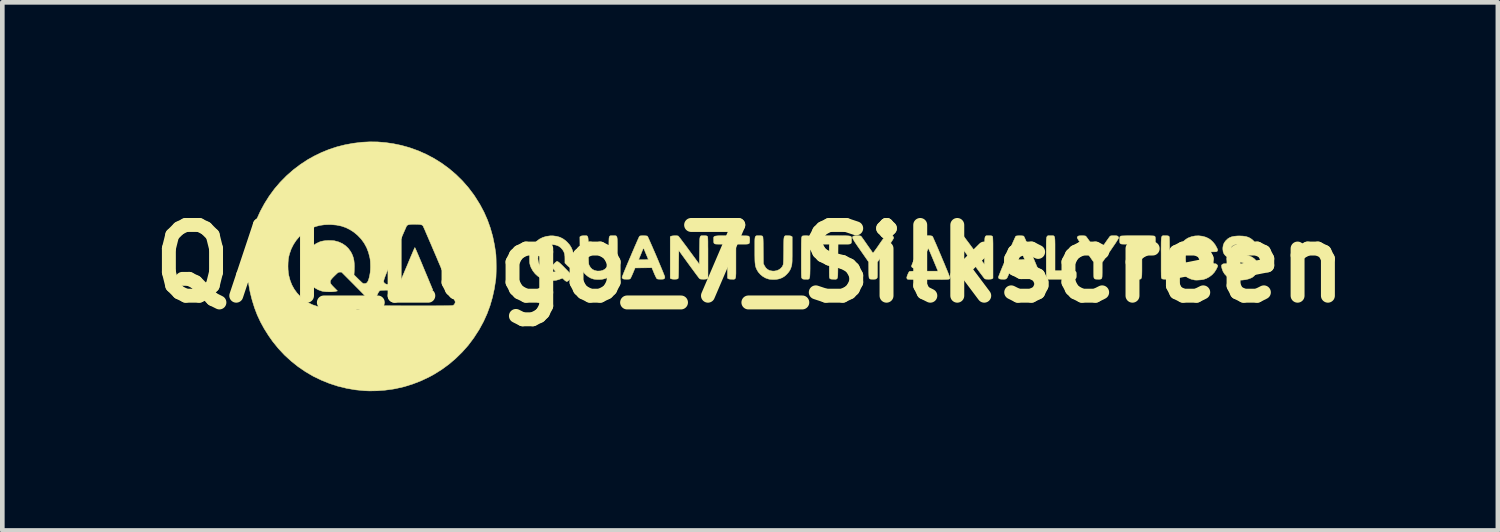
<source format=kicad_pcb>
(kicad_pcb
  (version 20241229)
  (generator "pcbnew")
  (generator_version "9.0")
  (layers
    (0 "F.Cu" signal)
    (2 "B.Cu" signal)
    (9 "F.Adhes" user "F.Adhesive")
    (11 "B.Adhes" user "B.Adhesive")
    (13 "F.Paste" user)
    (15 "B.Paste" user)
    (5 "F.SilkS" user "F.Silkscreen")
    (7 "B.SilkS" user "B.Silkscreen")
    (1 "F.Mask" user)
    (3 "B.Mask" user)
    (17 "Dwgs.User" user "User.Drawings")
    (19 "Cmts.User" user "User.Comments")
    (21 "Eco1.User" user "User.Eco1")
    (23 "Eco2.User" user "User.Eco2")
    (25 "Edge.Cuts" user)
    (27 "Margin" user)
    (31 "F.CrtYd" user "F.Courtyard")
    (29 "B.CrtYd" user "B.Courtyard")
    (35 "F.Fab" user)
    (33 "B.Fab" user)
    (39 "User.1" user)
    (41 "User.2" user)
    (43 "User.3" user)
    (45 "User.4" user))
  (footprint "QAI_Logo_7_Silkscreen"
    (layer "F.Cu")
    (at 13.106 2.63)
    (property "Reference" "QAI_Logo_7_Silkscreen" (at 0 0 0) (layer "F.SilkS") (effects (font (size 1.524 1.524) (thickness 0.3))))
    (attr through_hole)
    (fp_poly (pts (xy 8.923 -0.603) (xy 8.941 -0.602) (xy 8.947 -0.602) (xy 8.979 -0.602) (xy 9.001 -0.6) (xy 9.014 -0.596) (xy 9.023 -0.589) (xy 9.023 -0.589) (xy 9.026 -0.585) (xy 9.028 -0.579) (xy 9.03 -0.57) (xy 9.031 -0.556) (xy 9.032 -0.536) (xy 9.033 -0.51) (xy 9.034 -0.476) (xy 9.034 -0.433) (xy 9.035 -0.381) (xy 9.035 -0.317) (xy 9.035 -0.241) (xy 9.035 -0.152) (xy 9.035 -0.132) (xy 9.035 0.311) (xy 9.019 0.323) (xy 9.003 0.329) (xy 8.977 0.333) (xy 8.943 0.334) (xy 8.912 0.333) (xy 8.891 0.331) (xy 8.878 0.327) (xy 8.868 0.319) (xy 8.865 0.316) (xy 8.863 0.312) (xy 8.861 0.305) (xy 8.859 0.296) (xy 8.857 0.282) (xy 8.856 0.262) (xy 8.855 0.237) (xy 8.855 0.203) (xy 8.854 0.161) (xy 8.854 0.109) (xy 8.854 0.046) (xy 8.854 -0.03) (xy 8.854 -0.118) (xy 8.854 -0.134) (xy 8.854 -0.229) (xy 8.853 -0.309) (xy 8.854 -0.378) (xy 8.854 -0.435) (xy 8.855 -0.481) (xy 8.857 -0.519) (xy 8.859 -0.547) (xy 8.863 -0.569) (xy 8.868 -0.584) (xy 8.875 -0.594) (xy 8.884 -0.6) (xy 8.895 -0.603) (xy 8.908 -0.604) (xy 8.923 -0.603)) (stroke (width 0.01) (type solid)) (fill yes) (layer "F.SilkS"))
    (fp_poly (pts (xy -0.464 -0.602) (xy -0.396 -0.602) (xy -0.314 -0.602) (xy -0.245 -0.602) (xy -0.188 -0.602) (xy -0.142 -0.601) (xy -0.106 -0.601) (xy -0.078 -0.6) (xy -0.057 -0.598) (xy -0.043 -0.597) (xy -0.034 -0.595) (xy -0.028 -0.593) (xy -0.026 -0.591) (xy -0.015 -0.576) (xy -0.009 -0.555) (xy -0.008 -0.526) (xy -0.009 -0.493) (xy -0.01 -0.469) (xy -0.013 -0.452) (xy -0.019 -0.439) (xy -0.03 -0.43) (xy -0.047 -0.425) (xy -0.073 -0.422) (xy -0.11 -0.421) (xy -0.159 -0.421) (xy -0.172 -0.421) (xy -0.305 -0.421) (xy -0.305 -0.058) (xy -0.305 0.028) (xy -0.305 0.1) (xy -0.305 0.16) (xy -0.305 0.209) (xy -0.307 0.248) (xy -0.309 0.278) (xy -0.313 0.3) (xy -0.318 0.315) (xy -0.326 0.326) (xy -0.335 0.331) (xy -0.346 0.334) (xy -0.36 0.335) (xy -0.377 0.334) (xy -0.394 0.334) (xy -0.431 0.333) (xy -0.456 0.329) (xy -0.47 0.323) (xy -0.486 0.311) (xy -0.486 -0.421) (xy -0.624 -0.421) (xy -0.676 -0.421) (xy -0.715 -0.422) (xy -0.744 -0.424) (xy -0.763 -0.43) (xy -0.775 -0.439) (xy -0.781 -0.453) (xy -0.783 -0.473) (xy -0.784 -0.5) (xy -0.784 -0.513) (xy -0.784 -0.533) (xy -0.785 -0.549) (xy -0.784 -0.563) (xy -0.781 -0.574) (xy -0.774 -0.583) (xy -0.763 -0.59) (xy -0.747 -0.595) (xy -0.723 -0.598) (xy -0.692 -0.601) (xy -0.651 -0.602) (xy -0.6 -0.602) (xy -0.538 -0.603) (xy -0.464 -0.602)) (stroke (width 0.01) (type solid)) (fill yes) (layer "F.SilkS"))
    (fp_poly (pts (xy 1.227 -0.602) (xy 1.25 -0.6) (xy 1.265 -0.598) (xy 1.267 -0.597) (xy 1.272 -0.593) (xy 1.276 -0.588) (xy 1.28 -0.58) (xy 1.283 -0.569) (xy 1.286 -0.553) (xy 1.287 -0.532) (xy 1.289 -0.503) (xy 1.29 -0.467) (xy 1.291 -0.422) (xy 1.291 -0.366) (xy 1.292 -0.3) (xy 1.292 -0.221) (xy 1.292 -0.132) (xy 1.292 -0.038) (xy 1.292 0.042) (xy 1.292 0.111) (xy 1.291 0.167) (xy 1.29 0.214) (xy 1.288 0.25) (xy 1.286 0.279) (xy 1.281 0.301) (xy 1.276 0.316) (xy 1.269 0.326) (xy 1.259 0.332) (xy 1.248 0.334) (xy 1.235 0.335) (xy 1.219 0.334) (xy 1.2 0.334) (xy 1.197 0.334) (xy 1.166 0.334) (xy 1.146 0.332) (xy 1.134 0.329) (xy 1.125 0.323) (xy 1.118 0.315) (xy 1.115 0.31) (xy 1.112 0.305) (xy 1.11 0.299) (xy 1.108 0.289) (xy 1.107 0.275) (xy 1.106 0.256) (xy 1.105 0.23) (xy 1.104 0.197) (xy 1.104 0.155) (xy 1.103 0.103) (xy 1.103 0.041) (xy 1.103 -0.034) (xy 1.103 -0.122) (xy 1.103 -0.132) (xy 1.103 -0.224) (xy 1.103 -0.303) (xy 1.104 -0.369) (xy 1.104 -0.424) (xy 1.105 -0.469) (xy 1.106 -0.505) (xy 1.107 -0.533) (xy 1.109 -0.554) (xy 1.112 -0.569) (xy 1.115 -0.58) (xy 1.119 -0.588) (xy 1.123 -0.593) (xy 1.128 -0.597) (xy 1.138 -0.599) (xy 1.159 -0.601) (xy 1.187 -0.602) (xy 1.197 -0.602) (xy 1.227 -0.602)) (stroke (width 0.01) (type solid)) (fill yes) (layer "F.SilkS"))
    (fp_poly (pts (xy 2.013 -0.602) (xy 2.061 -0.602) (xy 2.1 -0.6) (xy 2.13 -0.598) (xy 2.151 -0.594) (xy 2.167 -0.588) (xy 2.177 -0.581) (xy 2.182 -0.572) (xy 2.185 -0.56) (xy 2.185 -0.546) (xy 2.185 -0.529) (xy 2.184 -0.513) (xy 2.184 -0.483) (xy 2.183 -0.46) (xy 2.178 -0.444) (xy 2.168 -0.433) (xy 2.152 -0.426) (xy 2.127 -0.422) (xy 2.091 -0.421) (xy 2.044 -0.421) (xy 2.028 -0.421) (xy 1.895 -0.421) (xy 1.892 -0.059) (xy 1.892 0.027) (xy 1.892 0.099) (xy 1.891 0.159) (xy 1.89 0.208) (xy 1.889 0.247) (xy 1.886 0.277) (xy 1.882 0.3) (xy 1.877 0.315) (xy 1.869 0.326) (xy 1.86 0.331) (xy 1.848 0.334) (xy 1.834 0.335) (xy 1.817 0.334) (xy 1.799 0.334) (xy 1.766 0.333) (xy 1.745 0.331) (xy 1.731 0.328) (xy 1.722 0.321) (xy 1.72 0.319) (xy 1.717 0.316) (xy 1.714 0.311) (xy 1.712 0.304) (xy 1.71 0.293) (xy 1.708 0.278) (xy 1.707 0.257) (xy 1.707 0.228) (xy 1.706 0.191) (xy 1.706 0.144) (xy 1.706 0.087) (xy 1.705 0.017) (xy 1.705 -0.058) (xy 1.705 -0.421) (xy 1.438 -0.421) (xy 1.423 -0.44) (xy 1.414 -0.454) (xy 1.41 -0.472) (xy 1.408 -0.498) (xy 1.408 -0.512) (xy 1.409 -0.542) (xy 1.412 -0.563) (xy 1.419 -0.578) (xy 1.423 -0.583) (xy 1.438 -0.602) (xy 1.797 -0.602) (xy 1.882 -0.602) (xy 1.954 -0.603) (xy 2.013 -0.602)) (stroke (width 0.01) (type solid)) (fill yes) (layer "F.SilkS"))
    (fp_poly (pts (xy 6.452 -0.603) (xy 6.47 -0.602) (xy 6.474 -0.602) (xy 6.494 -0.603) (xy 6.512 -0.603) (xy 6.526 -0.603) (xy 6.538 -0.6) (xy 6.547 -0.594) (xy 6.554 -0.583) (xy 6.56 -0.567) (xy 6.563 -0.544) (xy 6.566 -0.513) (xy 6.567 -0.473) (xy 6.568 -0.423) (xy 6.568 -0.362) (xy 6.568 -0.289) (xy 6.568 -0.21) (xy 6.568 0.152) (xy 6.78 0.152) (xy 6.846 0.152) (xy 6.899 0.152) (xy 6.941 0.153) (xy 6.972 0.156) (xy 6.994 0.16) (xy 7.009 0.166) (xy 7.019 0.175) (xy 7.023 0.188) (xy 7.025 0.204) (xy 7.025 0.225) (xy 7.025 0.243) (xy 7.025 0.275) (xy 7.023 0.296) (xy 7.02 0.309) (xy 7.015 0.318) (xy 7.009 0.323) (xy 7.003 0.325) (xy 6.994 0.328) (xy 6.981 0.33) (xy 6.961 0.331) (xy 6.934 0.332) (xy 6.899 0.333) (xy 6.853 0.333) (xy 6.797 0.334) (xy 6.727 0.334) (xy 6.701 0.334) (xy 6.409 0.334) (xy 6.394 0.315) (xy 6.391 0.31) (xy 6.388 0.305) (xy 6.386 0.299) (xy 6.384 0.289) (xy 6.383 0.275) (xy 6.382 0.256) (xy 6.381 0.23) (xy 6.38 0.197) (xy 6.38 0.155) (xy 6.379 0.104) (xy 6.379 0.041) (xy 6.379 -0.033) (xy 6.379 -0.121) (xy 6.379 -0.134) (xy 6.379 -0.229) (xy 6.379 -0.309) (xy 6.379 -0.378) (xy 6.379 -0.434) (xy 6.38 -0.481) (xy 6.382 -0.518) (xy 6.385 -0.547) (xy 6.389 -0.569) (xy 6.395 -0.584) (xy 6.402 -0.594) (xy 6.411 -0.6) (xy 6.422 -0.603) (xy 6.436 -0.603) (xy 6.452 -0.603)) (stroke (width 0.01) (type solid)) (fill yes) (layer "F.SilkS"))
    (fp_poly (pts (xy 8.431 -0.602) (xy 8.499 -0.602) (xy 8.555 -0.602) (xy 8.6 -0.602) (xy 8.636 -0.601) (xy 8.663 -0.6) (xy 8.683 -0.599) (xy 8.697 -0.597) (xy 8.707 -0.596) (xy 8.713 -0.593) (xy 8.717 -0.59) (xy 8.718 -0.589) (xy 8.725 -0.579) (xy 8.728 -0.562) (xy 8.73 -0.536) (xy 8.73 -0.51) (xy 8.73 -0.481) (xy 8.729 -0.459) (xy 8.724 -0.443) (xy 8.715 -0.432) (xy 8.699 -0.426) (xy 8.674 -0.422) (xy 8.639 -0.421) (xy 8.593 -0.421) (xy 8.572 -0.421) (xy 8.44 -0.421) (xy 8.44 -0.063) (xy 8.44 0.023) (xy 8.44 0.096) (xy 8.44 0.157) (xy 8.439 0.206) (xy 8.438 0.245) (xy 8.435 0.276) (xy 8.431 0.298) (xy 8.425 0.314) (xy 8.418 0.325) (xy 8.408 0.331) (xy 8.396 0.334) (xy 8.381 0.334) (xy 8.363 0.334) (xy 8.346 0.334) (xy 8.315 0.334) (xy 8.295 0.332) (xy 8.282 0.329) (xy 8.273 0.323) (xy 8.266 0.315) (xy 8.263 0.31) (xy 8.26 0.305) (xy 8.258 0.297) (xy 8.256 0.286) (xy 8.254 0.271) (xy 8.253 0.25) (xy 8.253 0.222) (xy 8.252 0.185) (xy 8.252 0.139) (xy 8.251 0.082) (xy 8.251 0.013) (xy 8.251 -0.063) (xy 8.251 -0.421) (xy 8.118 -0.421) (xy 8.067 -0.421) (xy 8.028 -0.422) (xy 8 -0.424) (xy 7.981 -0.43) (xy 7.97 -0.439) (xy 7.964 -0.454) (xy 7.961 -0.474) (xy 7.961 -0.501) (xy 7.961 -0.514) (xy 7.961 -0.545) (xy 7.963 -0.566) (xy 7.966 -0.579) (xy 7.972 -0.587) (xy 7.977 -0.591) (xy 7.982 -0.594) (xy 7.991 -0.596) (xy 8.003 -0.598) (xy 8.021 -0.599) (xy 8.046 -0.6) (xy 8.079 -0.601) (xy 8.12 -0.602) (xy 8.172 -0.602) (xy 8.236 -0.602) (xy 8.313 -0.602) (xy 8.35 -0.602) (xy 8.431 -0.602)) (stroke (width 0.01) (type solid)) (fill yes) (layer "F.SilkS"))
    (fp_poly (pts (xy -1.006 -0.602) (xy -0.994 -0.602) (xy -0.962 -0.602) (xy -0.941 -0.6) (xy -0.928 -0.596) (xy -0.919 -0.589) (xy -0.917 -0.585) (xy -0.915 -0.579) (xy -0.913 -0.57) (xy -0.911 -0.556) (xy -0.91 -0.536) (xy -0.909 -0.51) (xy -0.908 -0.476) (xy -0.908 -0.433) (xy -0.908 -0.381) (xy -0.907 -0.317) (xy -0.907 -0.241) (xy -0.907 -0.152) (xy -0.907 -0.132) (xy -0.907 0.311) (xy -0.923 0.323) (xy -0.937 0.329) (xy -0.96 0.332) (xy -0.993 0.334) (xy -1.006 0.334) (xy -1.039 0.333) (xy -1.061 0.332) (xy -1.075 0.328) (xy -1.086 0.322) (xy -1.091 0.318) (xy -1.099 0.309) (xy -1.114 0.289) (xy -1.136 0.26) (xy -1.164 0.223) (xy -1.196 0.179) (xy -1.233 0.129) (xy -1.273 0.075) (xy -1.315 0.017) (xy -1.322 0.008) (xy -1.535 -0.286) (xy -1.539 0.014) (xy -1.539 0.087) (xy -1.54 0.148) (xy -1.541 0.197) (xy -1.542 0.236) (xy -1.543 0.265) (xy -1.545 0.286) (xy -1.546 0.302) (xy -1.548 0.312) (xy -1.551 0.318) (xy -1.554 0.322) (xy -1.556 0.324) (xy -1.573 0.33) (xy -1.599 0.333) (xy -1.63 0.334) (xy -1.661 0.333) (xy -1.687 0.329) (xy -1.704 0.323) (xy -1.72 0.311) (xy -1.72 -0.58) (xy -1.704 -0.591) (xy -1.689 -0.596) (xy -1.664 -0.6) (xy -1.633 -0.602) (xy -1.601 -0.603) (xy -1.573 -0.601) (xy -1.552 -0.598) (xy -1.547 -0.596) (xy -1.541 -0.589) (xy -1.526 -0.571) (xy -1.505 -0.544) (xy -1.478 -0.509) (xy -1.446 -0.466) (xy -1.409 -0.417) (xy -1.369 -0.364) (xy -1.327 -0.306) (xy -1.314 -0.288) (xy -1.092 0.013) (xy -1.089 -0.284) (xy -1.088 -0.361) (xy -1.087 -0.424) (xy -1.086 -0.475) (xy -1.085 -0.516) (xy -1.082 -0.547) (xy -1.078 -0.569) (xy -1.073 -0.585) (xy -1.065 -0.595) (xy -1.055 -0.6) (xy -1.042 -0.603) (xy -1.026 -0.603) (xy -1.006 -0.602)) (stroke (width 0.01) (type solid)) (fill yes) (layer "F.SilkS"))
    (fp_poly (pts (xy 5.134 -0.602) (xy 5.146 -0.602) (xy 5.178 -0.602) (xy 5.199 -0.6) (xy 5.212 -0.596) (xy 5.22 -0.589) (xy 5.223 -0.585) (xy 5.225 -0.579) (xy 5.227 -0.57) (xy 5.228 -0.556) (xy 5.229 -0.536) (xy 5.23 -0.51) (xy 5.231 -0.476) (xy 5.232 -0.433) (xy 5.232 -0.381) (xy 5.232 -0.317) (xy 5.232 -0.241) (xy 5.232 -0.152) (xy 5.232 -0.132) (xy 5.232 0.311) (xy 5.216 0.323) (xy 5.202 0.329) (xy 5.18 0.332) (xy 5.146 0.334) (xy 5.133 0.334) (xy 5.101 0.333) (xy 5.079 0.332) (xy 5.065 0.328) (xy 5.054 0.322) (xy 5.049 0.318) (xy 5.041 0.309) (xy 5.026 0.289) (xy 5.004 0.26) (xy 4.976 0.223) (xy 4.943 0.179) (xy 4.906 0.129) (xy 4.867 0.075) (xy 4.824 0.017) (xy 4.818 0.008) (xy 4.605 -0.286) (xy 4.601 0.014) (xy 4.6 0.088) (xy 4.599 0.148) (xy 4.598 0.197) (xy 4.597 0.236) (xy 4.596 0.265) (xy 4.595 0.286) (xy 4.593 0.302) (xy 4.591 0.312) (xy 4.589 0.318) (xy 4.585 0.322) (xy 4.583 0.324) (xy 4.567 0.33) (xy 4.541 0.333) (xy 4.51 0.334) (xy 4.479 0.333) (xy 4.453 0.329) (xy 4.436 0.323) (xy 4.42 0.311) (xy 4.42 -0.58) (xy 4.436 -0.591) (xy 4.45 -0.597) (xy 4.472 -0.601) (xy 4.505 -0.602) (xy 4.52 -0.602) (xy 4.552 -0.602) (xy 4.574 -0.6) (xy 4.588 -0.597) (xy 4.597 -0.591) (xy 4.603 -0.586) (xy 4.611 -0.577) (xy 4.626 -0.558) (xy 4.647 -0.529) (xy 4.675 -0.492) (xy 4.708 -0.448) (xy 4.745 -0.398) (xy 4.785 -0.344) (xy 4.827 -0.287) (xy 4.833 -0.278) (xy 5.047 0.014) (xy 5.051 -0.284) (xy 5.052 -0.36) (xy 5.052 -0.424) (xy 5.053 -0.475) (xy 5.055 -0.515) (xy 5.057 -0.546) (xy 5.061 -0.569) (xy 5.067 -0.585) (xy 5.075 -0.595) (xy 5.085 -0.6) (xy 5.098 -0.603) (xy 5.114 -0.603) (xy 5.134 -0.602)) (stroke (width 0.01) (type solid)) (fill yes) (layer "F.SilkS"))
    (fp_poly (pts (xy 2.351 -0.601) (xy 2.376 -0.598) (xy 2.39 -0.592) (xy 2.39 -0.591) (xy 2.397 -0.583) (xy 2.411 -0.564) (xy 2.431 -0.536) (xy 2.456 -0.501) (xy 2.484 -0.461) (xy 2.515 -0.416) (xy 2.522 -0.406) (xy 2.553 -0.362) (xy 2.581 -0.322) (xy 2.606 -0.287) (xy 2.625 -0.259) (xy 2.639 -0.24) (xy 2.647 -0.23) (xy 2.647 -0.23) (xy 2.653 -0.235) (xy 2.665 -0.25) (xy 2.683 -0.274) (xy 2.706 -0.306) (xy 2.733 -0.343) (xy 2.758 -0.379) (xy 2.788 -0.423) (xy 2.817 -0.465) (xy 2.844 -0.503) (xy 2.866 -0.534) (xy 2.883 -0.557) (xy 2.89 -0.567) (xy 2.918 -0.602) (xy 2.993 -0.602) (xy 3.027 -0.602) (xy 3.051 -0.601) (xy 3.065 -0.598) (xy 3.075 -0.593) (xy 3.08 -0.588) (xy 3.09 -0.57) (xy 3.093 -0.556) (xy 3.089 -0.546) (xy 3.077 -0.524) (xy 3.057 -0.492) (xy 3.029 -0.449) (xy 2.995 -0.398) (xy 2.953 -0.337) (xy 2.918 -0.286) (xy 2.743 -0.034) (xy 2.743 0.134) (xy 2.743 0.188) (xy 2.743 0.229) (xy 2.742 0.259) (xy 2.741 0.281) (xy 2.739 0.295) (xy 2.737 0.305) (xy 2.733 0.311) (xy 2.728 0.317) (xy 2.726 0.318) (xy 2.716 0.326) (xy 2.703 0.331) (xy 2.684 0.333) (xy 2.656 0.334) (xy 2.648 0.334) (xy 2.616 0.333) (xy 2.596 0.332) (xy 2.583 0.328) (xy 2.574 0.321) (xy 2.572 0.319) (xy 2.568 0.313) (xy 2.564 0.305) (xy 2.562 0.293) (xy 2.56 0.275) (xy 2.558 0.249) (xy 2.557 0.214) (xy 2.556 0.167) (xy 2.556 0.133) (xy 2.554 -0.038) (xy 2.38 -0.288) (xy 2.335 -0.352) (xy 2.298 -0.406) (xy 2.268 -0.45) (xy 2.245 -0.486) (xy 2.228 -0.514) (xy 2.216 -0.536) (xy 2.209 -0.552) (xy 2.207 -0.565) (xy 2.208 -0.575) (xy 2.212 -0.583) (xy 2.219 -0.59) (xy 2.219 -0.59) (xy 2.234 -0.597) (xy 2.258 -0.601) (xy 2.289 -0.603) (xy 2.321 -0.603) (xy 2.351 -0.601)) (stroke (width 0.01) (type solid)) (fill yes) (layer "F.SilkS"))
    (fp_poly (pts (xy 7.872 -0.602) (xy 7.895 -0.601) (xy 7.91 -0.597) (xy 7.92 -0.592) (xy 7.925 -0.588) (xy 7.936 -0.571) (xy 7.939 -0.557) (xy 7.935 -0.547) (xy 7.923 -0.526) (xy 7.904 -0.496) (xy 7.879 -0.456) (xy 7.847 -0.409) (xy 7.81 -0.355) (xy 7.769 -0.295) (xy 7.762 -0.284) (xy 7.584 -0.027) (xy 7.584 0.142) (xy 7.584 0.2) (xy 7.583 0.245) (xy 7.582 0.278) (xy 7.578 0.302) (xy 7.572 0.318) (xy 7.562 0.327) (xy 7.547 0.332) (xy 7.528 0.334) (xy 7.502 0.334) (xy 7.491 0.334) (xy 7.46 0.333) (xy 7.44 0.331) (xy 7.426 0.327) (xy 7.417 0.319) (xy 7.412 0.314) (xy 7.409 0.307) (xy 7.406 0.297) (xy 7.404 0.281) (xy 7.403 0.258) (xy 7.403 0.225) (xy 7.402 0.182) (xy 7.402 0.136) (xy 7.402 -0.033) (xy 7.263 -0.232) (xy 7.214 -0.303) (xy 7.172 -0.363) (xy 7.138 -0.413) (xy 7.11 -0.454) (xy 7.087 -0.487) (xy 7.071 -0.514) (xy 7.059 -0.534) (xy 7.051 -0.549) (xy 7.047 -0.56) (xy 7.046 -0.568) (xy 7.048 -0.574) (xy 7.052 -0.579) (xy 7.057 -0.584) (xy 7.061 -0.588) (xy 7.07 -0.595) (xy 7.082 -0.599) (xy 7.1 -0.601) (xy 7.128 -0.602) (xy 7.145 -0.602) (xy 7.177 -0.602) (xy 7.204 -0.6) (xy 7.223 -0.597) (xy 7.228 -0.595) (xy 7.235 -0.588) (xy 7.25 -0.57) (xy 7.27 -0.543) (xy 7.295 -0.508) (xy 7.323 -0.468) (xy 7.354 -0.424) (xy 7.363 -0.412) (xy 7.394 -0.367) (xy 7.422 -0.326) (xy 7.447 -0.29) (xy 7.467 -0.262) (xy 7.481 -0.241) (xy 7.489 -0.231) (xy 7.49 -0.23) (xy 7.495 -0.234) (xy 7.507 -0.249) (xy 7.526 -0.273) (xy 7.549 -0.304) (xy 7.577 -0.342) (xy 7.607 -0.385) (xy 7.617 -0.4) (xy 7.649 -0.446) (xy 7.678 -0.488) (xy 7.704 -0.524) (xy 7.726 -0.555) (xy 7.742 -0.576) (xy 7.751 -0.588) (xy 7.752 -0.59) (xy 7.761 -0.596) (xy 7.774 -0.6) (xy 7.795 -0.602) (xy 7.827 -0.602) (xy 7.838 -0.602) (xy 7.872 -0.602)) (stroke (width 0.01) (type solid)) (fill yes) (layer "F.SilkS"))
    (fp_poly (pts (xy 0.809 -0.602) (xy 0.816 -0.602) (xy 0.852 -0.601) (xy 0.877 -0.597) (xy 0.891 -0.591) (xy 0.907 -0.58) (xy 0.907 -0.295) (xy 0.907 -0.222) (xy 0.907 -0.162) (xy 0.906 -0.113) (xy 0.906 -0.074) (xy 0.905 -0.042) (xy 0.903 -0.018) (xy 0.901 0.003) (xy 0.899 0.019) (xy 0.896 0.035) (xy 0.893 0.047) (xy 0.876 0.101) (xy 0.854 0.147) (xy 0.823 0.19) (xy 0.788 0.229) (xy 0.742 0.27) (xy 0.694 0.3) (xy 0.642 0.321) (xy 0.608 0.33) (xy 0.563 0.337) (xy 0.511 0.34) (xy 0.458 0.338) (xy 0.411 0.333) (xy 0.398 0.33) (xy 0.334 0.308) (xy 0.275 0.274) (xy 0.221 0.23) (xy 0.176 0.178) (xy 0.148 0.131) (xy 0.137 0.107) (xy 0.127 0.084) (xy 0.12 0.06) (xy 0.114 0.034) (xy 0.11 0.004) (xy 0.106 -0.033) (xy 0.104 -0.076) (xy 0.103 -0.129) (xy 0.102 -0.192) (xy 0.102 -0.268) (xy 0.102 -0.301) (xy 0.102 -0.375) (xy 0.102 -0.436) (xy 0.102 -0.485) (xy 0.103 -0.523) (xy 0.106 -0.553) (xy 0.11 -0.573) (xy 0.117 -0.588) (xy 0.126 -0.596) (xy 0.137 -0.601) (xy 0.153 -0.603) (xy 0.171 -0.603) (xy 0.194 -0.602) (xy 0.195 -0.602) (xy 0.228 -0.602) (xy 0.249 -0.6) (xy 0.263 -0.596) (xy 0.27 -0.59) (xy 0.273 -0.585) (xy 0.276 -0.577) (xy 0.278 -0.564) (xy 0.279 -0.545) (xy 0.281 -0.519) (xy 0.282 -0.485) (xy 0.283 -0.44) (xy 0.283 -0.384) (xy 0.284 -0.315) (xy 0.284 -0.29) (xy 0.287 -0.003) (xy 0.31 0.045) (xy 0.34 0.091) (xy 0.378 0.125) (xy 0.424 0.148) (xy 0.479 0.158) (xy 0.518 0.159) (xy 0.573 0.15) (xy 0.622 0.129) (xy 0.663 0.099) (xy 0.695 0.061) (xy 0.712 0.023) (xy 0.715 0.01) (xy 0.717 -0.014) (xy 0.719 -0.049) (xy 0.721 -0.096) (xy 0.722 -0.155) (xy 0.723 -0.227) (xy 0.724 -0.29) (xy 0.724 -0.366) (xy 0.725 -0.428) (xy 0.726 -0.479) (xy 0.727 -0.518) (xy 0.73 -0.549) (xy 0.734 -0.571) (xy 0.74 -0.586) (xy 0.748 -0.595) (xy 0.758 -0.601) (xy 0.772 -0.603) (xy 0.789 -0.603) (xy 0.809 -0.602)) (stroke (width 0.01) (type solid)) (fill yes) (layer "F.SilkS"))
    (fp_poly (pts (xy 9.742 -0.592) (xy 9.817 -0.571) (xy 9.882 -0.54) (xy 9.929 -0.506) (xy 9.974 -0.462) (xy 10.015 -0.411) (xy 10.044 -0.36) (xy 10.059 -0.331) (xy 10.067 -0.311) (xy 10.071 -0.298) (xy 10.07 -0.288) (xy 10.066 -0.278) (xy 10.065 -0.277) (xy 10.06 -0.268) (xy 10.053 -0.263) (xy 10.042 -0.259) (xy 10.024 -0.257) (xy 9.995 -0.256) (xy 9.977 -0.256) (xy 9.9 -0.254) (xy 9.879 -0.292) (xy 9.847 -0.337) (xy 9.808 -0.373) (xy 9.768 -0.397) (xy 9.748 -0.406) (xy 9.731 -0.412) (xy 9.711 -0.415) (xy 9.686 -0.416) (xy 9.656 -0.416) (xy 9.6 -0.413) (xy 9.554 -0.404) (xy 9.516 -0.389) (xy 9.481 -0.365) (xy 9.455 -0.341) (xy 9.427 -0.31) (xy 9.406 -0.279) (xy 9.393 -0.245) (xy 9.385 -0.206) (xy 9.381 -0.157) (xy 9.38 -0.123) (xy 9.382 -0.068) (xy 9.387 -0.023) (xy 9.398 0.014) (xy 9.415 0.046) (xy 9.438 0.077) (xy 9.455 0.095) (xy 9.496 0.129) (xy 9.542 0.152) (xy 9.594 0.165) (xy 9.656 0.169) (xy 9.661 0.169) (xy 9.721 0.163) (xy 9.773 0.147) (xy 9.816 0.119) (xy 9.854 0.08) (xy 9.868 0.059) (xy 9.883 0.036) (xy 9.896 0.018) (xy 9.905 0.009) (xy 9.919 0.004) (xy 9.945 0.001) (xy 9.977 0) (xy 10.007 0.000416) (xy 10.027 0.002) (xy 10.04 0.006) (xy 10.051 0.014) (xy 10.055 0.018) (xy 10.067 0.033) (xy 10.073 0.045) (xy 10.073 0.046) (xy 10.07 0.057) (xy 10.062 0.077) (xy 10.049 0.103) (xy 10.043 0.117) (xy 10.003 0.181) (xy 9.952 0.237) (xy 9.892 0.283) (xy 9.825 0.319) (xy 9.771 0.337) (xy 9.74 0.343) (xy 9.701 0.348) (xy 9.66 0.351) (xy 9.621 0.353) (xy 9.588 0.352) (xy 9.576 0.351) (xy 9.498 0.332) (xy 9.426 0.3) (xy 9.362 0.257) (xy 9.306 0.204) (xy 9.261 0.141) (xy 9.226 0.07) (xy 9.209 0.017) (xy 9.201 -0.027) (xy 9.196 -0.079) (xy 9.194 -0.135) (xy 9.196 -0.188) (xy 9.201 -0.235) (xy 9.206 -0.258) (xy 9.23 -0.329) (xy 9.266 -0.396) (xy 9.311 -0.457) (xy 9.363 -0.507) (xy 9.421 -0.547) (xy 9.435 -0.554) (xy 9.507 -0.582) (xy 9.584 -0.598) (xy 9.663 -0.601) (xy 9.742 -0.592)) (stroke (width 0.01) (type solid)) (fill yes) (layer "F.SilkS"))
    (fp_poly (pts (xy -2.256 -0.601) (xy -2.227 -0.598) (xy -2.212 -0.594) (xy -2.211 -0.593) (xy -2.206 -0.585) (xy -2.196 -0.565) (xy -2.182 -0.534) (xy -2.164 -0.494) (xy -2.143 -0.446) (xy -2.119 -0.392) (xy -2.093 -0.332) (xy -2.065 -0.268) (xy -2.037 -0.203) (xy -2.008 -0.136) (xy -1.98 -0.069) (xy -1.953 -0.004) (xy -1.927 0.058) (xy -1.903 0.115) (xy -1.882 0.166) (xy -1.864 0.211) (xy -1.85 0.246) (xy -1.84 0.272) (xy -1.835 0.287) (xy -1.835 0.289) (xy -1.839 0.307) (xy -1.847 0.32) (xy -1.855 0.326) (xy -1.867 0.331) (xy -1.885 0.333) (xy -1.914 0.334) (xy -1.927 0.334) (xy -1.961 0.333) (xy -1.984 0.331) (xy -1.999 0.327) (xy -2.009 0.321) (xy -2.016 0.31) (xy -2.028 0.289) (xy -2.042 0.259) (xy -2.059 0.223) (xy -2.069 0.198) (xy -2.115 0.087) (xy -2.477 0.091) (xy -2.522 0.199) (xy -2.538 0.236) (xy -2.553 0.27) (xy -2.566 0.297) (xy -2.576 0.315) (xy -2.579 0.32) (xy -2.587 0.327) (xy -2.598 0.331) (xy -2.617 0.333) (xy -2.645 0.334) (xy -2.66 0.334) (xy -2.693 0.333) (xy -2.715 0.332) (xy -2.73 0.328) (xy -2.739 0.323) (xy -2.743 0.319) (xy -2.754 0.304) (xy -2.758 0.292) (xy -2.755 0.283) (xy -2.747 0.262) (xy -2.734 0.23) (xy -2.718 0.189) (xy -2.698 0.14) (xy -2.675 0.085) (xy -2.65 0.025) (xy -2.623 -0.039) (xy -2.602 -0.087) (xy -2.401 -0.087) (xy -2.297 -0.087) (xy -2.259 -0.087) (xy -2.228 -0.088) (xy -2.205 -0.089) (xy -2.193 -0.09) (xy -2.192 -0.091) (xy -2.194 -0.098) (xy -2.202 -0.117) (xy -2.213 -0.145) (xy -2.227 -0.179) (xy -2.24 -0.209) (xy -2.256 -0.247) (xy -2.27 -0.281) (xy -2.281 -0.308) (xy -2.289 -0.327) (xy -2.291 -0.333) (xy -2.296 -0.334) (xy -2.304 -0.322) (xy -2.308 -0.311) (xy -2.316 -0.293) (xy -2.328 -0.264) (xy -2.342 -0.23) (xy -2.357 -0.192) (xy -2.361 -0.183) (xy -2.401 -0.087) (xy -2.602 -0.087) (xy -2.595 -0.105) (xy -2.566 -0.172) (xy -2.538 -0.239) (xy -2.51 -0.303) (xy -2.484 -0.365) (xy -2.459 -0.421) (xy -2.437 -0.472) (xy -2.418 -0.515) (xy -2.402 -0.55) (xy -2.391 -0.574) (xy -2.384 -0.587) (xy -2.383 -0.589) (xy -2.376 -0.595) (xy -2.364 -0.599) (xy -2.346 -0.601) (xy -2.319 -0.602) (xy -2.297 -0.602) (xy -2.256 -0.601)) (stroke (width 0.01) (type solid)) (fill yes) (layer "F.SilkS"))
    (fp_poly (pts (xy -3.522 -0.602) (xy -3.511 -0.598) (xy -3.502 -0.59) (xy -3.496 -0.577) (xy -3.491 -0.558) (xy -3.488 -0.531) (xy -3.486 -0.494) (xy -3.485 -0.448) (xy -3.485 -0.39) (xy -3.484 -0.32) (xy -3.483 -0.289) (xy -3.482 -0.216) (xy -3.482 -0.156) (xy -3.481 -0.107) (xy -3.48 -0.069) (xy -3.478 -0.039) (xy -3.477 -0.016) (xy -3.475 0.001) (xy -3.473 0.014) (xy -3.47 0.024) (xy -3.466 0.033) (xy -3.465 0.036) (xy -3.436 0.084) (xy -3.399 0.12) (xy -3.353 0.144) (xy -3.299 0.157) (xy -3.283 0.158) (xy -3.222 0.156) (xy -3.17 0.142) (xy -3.125 0.117) (xy -3.09 0.081) (xy -3.064 0.034) (xy -3.048 -0.022) (xy -3.047 -0.041) (xy -3.045 -0.072) (xy -3.043 -0.114) (xy -3.042 -0.165) (xy -3.041 -0.222) (xy -3.041 -0.284) (xy -3.041 -0.324) (xy -3.041 -0.395) (xy -3.041 -0.453) (xy -3.04 -0.499) (xy -3.039 -0.534) (xy -3.036 -0.561) (xy -3.031 -0.579) (xy -3.024 -0.592) (xy -3.015 -0.599) (xy -3.002 -0.602) (xy -2.985 -0.603) (xy -2.965 -0.602) (xy -2.951 -0.602) (xy -2.929 -0.603) (xy -2.91 -0.603) (xy -2.895 -0.601) (xy -2.883 -0.597) (xy -2.875 -0.588) (xy -2.868 -0.574) (xy -2.864 -0.553) (xy -2.861 -0.524) (xy -2.86 -0.486) (xy -2.859 -0.438) (xy -2.859 -0.377) (xy -2.859 -0.304) (xy -2.859 -0.299) (xy -2.86 -0.22) (xy -2.86 -0.153) (xy -2.861 -0.098) (xy -2.863 -0.052) (xy -2.866 -0.015) (xy -2.869 0.017) (xy -2.874 0.044) (xy -2.881 0.068) (xy -2.889 0.09) (xy -2.899 0.113) (xy -2.908 0.131) (xy -2.946 0.192) (xy -2.994 0.244) (xy -3.052 0.287) (xy -3.117 0.318) (xy -3.159 0.33) (xy -3.2 0.337) (xy -3.248 0.34) (xy -3.298 0.339) (xy -3.344 0.335) (xy -3.375 0.33) (xy -3.432 0.31) (xy -3.482 0.282) (xy -3.53 0.244) (xy -3.546 0.229) (xy -3.578 0.195) (xy -3.603 0.162) (xy -3.623 0.126) (xy -3.642 0.082) (xy -3.646 0.073) (xy -3.649 0.062) (xy -3.652 0.051) (xy -3.655 0.038) (xy -3.657 0.022) (xy -3.658 0.001) (xy -3.66 -0.027) (xy -3.661 -0.062) (xy -3.662 -0.107) (xy -3.662 -0.162) (xy -3.663 -0.23) (xy -3.663 -0.272) (xy -3.666 -0.577) (xy -3.65 -0.59) (xy -3.638 -0.596) (xy -3.619 -0.6) (xy -3.592 -0.602) (xy -3.575 -0.602) (xy -3.554 -0.603) (xy -3.536 -0.603) (xy -3.522 -0.602)) (stroke (width 0.01) (type solid)) (fill yes) (layer "F.SilkS"))
    (fp_poly (pts (xy 5.85 -0.601) (xy 5.879 -0.598) (xy 5.894 -0.594) (xy 5.895 -0.593) (xy 5.9 -0.585) (xy 5.91 -0.565) (xy 5.924 -0.534) (xy 5.942 -0.494) (xy 5.963 -0.445) (xy 5.987 -0.391) (xy 6.013 -0.331) (xy 6.04 -0.267) (xy 6.068 -0.201) (xy 6.097 -0.134) (xy 6.125 -0.067) (xy 6.152 -0.002) (xy 6.178 0.06) (xy 6.202 0.118) (xy 6.223 0.17) (xy 6.241 0.215) (xy 6.255 0.251) (xy 6.265 0.277) (xy 6.27 0.291) (xy 6.27 0.294) (xy 6.266 0.311) (xy 6.254 0.323) (xy 6.231 0.33) (xy 6.196 0.333) (xy 6.172 0.334) (xy 6.139 0.333) (xy 6.117 0.331) (xy 6.103 0.328) (xy 6.094 0.322) (xy 6.094 0.321) (xy 6.087 0.31) (xy 6.076 0.288) (xy 6.062 0.258) (xy 6.046 0.223) (xy 6.036 0.199) (xy 5.99 0.091) (xy 5.809 0.089) (xy 5.628 0.087) (xy 5.584 0.193) (xy 5.565 0.24) (xy 5.55 0.275) (xy 5.538 0.3) (xy 5.526 0.317) (xy 5.513 0.327) (xy 5.498 0.332) (xy 5.479 0.334) (xy 5.454 0.334) (xy 5.448 0.334) (xy 5.41 0.333) (xy 5.385 0.33) (xy 5.368 0.325) (xy 5.365 0.323) (xy 5.352 0.307) (xy 5.349 0.293) (xy 5.351 0.283) (xy 5.359 0.261) (xy 5.372 0.229) (xy 5.388 0.187) (xy 5.408 0.138) (xy 5.431 0.082) (xy 5.456 0.022) (xy 5.483 -0.043) (xy 5.506 -0.096) (xy 5.706 -0.096) (xy 5.708 -0.092) (xy 5.718 -0.09) (xy 5.737 -0.088) (xy 5.768 -0.087) (xy 5.809 -0.087) (xy 5.846 -0.087) (xy 5.878 -0.089) (xy 5.9 -0.09) (xy 5.912 -0.092) (xy 5.913 -0.093) (xy 5.904 -0.117) (xy 5.891 -0.147) (xy 5.877 -0.181) (xy 5.862 -0.217) (xy 5.847 -0.253) (xy 5.833 -0.285) (xy 5.821 -0.312) (xy 5.813 -0.331) (xy 5.809 -0.339) (xy 5.809 -0.339) (xy 5.806 -0.332) (xy 5.798 -0.315) (xy 5.787 -0.289) (xy 5.773 -0.257) (xy 5.758 -0.221) (xy 5.743 -0.184) (xy 5.728 -0.149) (xy 5.715 -0.118) (xy 5.706 -0.096) (xy 5.506 -0.096) (xy 5.511 -0.109) (xy 5.54 -0.176) (xy 5.568 -0.243) (xy 5.596 -0.308) (xy 5.622 -0.369) (xy 5.647 -0.426) (xy 5.669 -0.477) (xy 5.689 -0.52) (xy 5.704 -0.554) (xy 5.716 -0.579) (xy 5.723 -0.592) (xy 5.724 -0.593) (xy 5.739 -0.598) (xy 5.767 -0.601) (xy 5.807 -0.602) (xy 5.809 -0.602) (xy 5.85 -0.601)) (stroke (width 0.01) (type solid)) (fill yes) (layer "F.SilkS"))
    (fp_poly (pts (xy 3.882 -0.602) (xy 3.908 -0.598) (xy 3.925 -0.592) (xy 3.928 -0.59) (xy 3.933 -0.58) (xy 3.944 -0.559) (xy 3.958 -0.527) (xy 3.976 -0.486) (xy 3.998 -0.437) (xy 4.022 -0.381) (xy 4.048 -0.321) (xy 4.075 -0.256) (xy 4.104 -0.19) (xy 4.132 -0.122) (xy 4.16 -0.055) (xy 4.188 0.01) (xy 4.213 0.072) (xy 4.237 0.129) (xy 4.258 0.18) (xy 4.276 0.224) (xy 4.289 0.259) (xy 4.299 0.284) (xy 4.303 0.298) (xy 4.303 0.3) (xy 4.304 0.308) (xy 4.303 0.315) (xy 4.301 0.321) (xy 4.297 0.326) (xy 4.288 0.33) (xy 4.275 0.334) (xy 4.257 0.336) (xy 4.231 0.338) (xy 4.198 0.339) (xy 4.156 0.34) (xy 4.104 0.341) (xy 4.041 0.341) (xy 3.966 0.341) (xy 3.878 0.341) (xy 3.839 0.341) (xy 3.747 0.341) (xy 3.669 0.341) (xy 3.602 0.341) (xy 3.547 0.34) (xy 3.503 0.34) (xy 3.467 0.339) (xy 3.44 0.338) (xy 3.419 0.337) (xy 3.405 0.336) (xy 3.395 0.334) (xy 3.389 0.332) (xy 3.386 0.33) (xy 3.377 0.314) (xy 3.375 0.3) (xy 3.378 0.283) (xy 3.386 0.258) (xy 3.397 0.23) (xy 3.409 0.203) (xy 3.421 0.181) (xy 3.43 0.169) (xy 3.431 0.169) (xy 3.437 0.166) (xy 3.451 0.164) (xy 3.473 0.163) (xy 3.504 0.162) (xy 3.546 0.161) (xy 3.598 0.16) (xy 3.663 0.16) (xy 3.742 0.16) (xy 4.048 0.16) (xy 3.945 -0.087) (xy 3.922 -0.143) (xy 3.9 -0.194) (xy 3.881 -0.24) (xy 3.864 -0.278) (xy 3.851 -0.308) (xy 3.843 -0.326) (xy 3.839 -0.333) (xy 3.839 -0.334) (xy 3.835 -0.327) (xy 3.827 -0.309) (xy 3.815 -0.281) (xy 3.799 -0.244) (xy 3.781 -0.201) (xy 3.76 -0.152) (xy 3.756 -0.14) (xy 3.734 -0.09) (xy 3.715 -0.042) (xy 3.697 -0.001) (xy 3.682 0.034) (xy 3.671 0.059) (xy 3.664 0.073) (xy 3.663 0.074) (xy 3.657 0.083) (xy 3.65 0.089) (xy 3.639 0.092) (xy 3.622 0.094) (xy 3.594 0.094) (xy 3.578 0.094) (xy 3.544 0.094) (xy 3.521 0.093) (xy 3.506 0.089) (xy 3.496 0.084) (xy 3.491 0.08) (xy 3.48 0.065) (xy 3.476 0.052) (xy 3.479 0.043) (xy 3.487 0.022) (xy 3.499 -0.01) (xy 3.515 -0.049) (xy 3.535 -0.096) (xy 3.556 -0.147) (xy 3.579 -0.202) (xy 3.604 -0.259) (xy 3.628 -0.317) (xy 3.652 -0.373) (xy 3.675 -0.425) (xy 3.696 -0.474) (xy 3.715 -0.516) (xy 3.73 -0.55) (xy 3.742 -0.574) (xy 3.749 -0.588) (xy 3.75 -0.59) (xy 3.764 -0.596) (xy 3.787 -0.601) (xy 3.818 -0.603) (xy 3.851 -0.604) (xy 3.882 -0.602)) (stroke (width 0.01) (type solid)) (fill yes) (layer "F.SilkS"))
    (fp_poly (pts (xy -4.245 -0.6) (xy -4.166 -0.59) (xy -4.096 -0.57) (xy -4.032 -0.538) (xy -3.972 -0.495) (xy -3.936 -0.461) (xy -3.886 -0.404) (xy -3.849 -0.344) (xy -3.822 -0.278) (xy -3.805 -0.205) (xy -3.799 -0.155) (xy -3.798 -0.113) (xy -3.8 -0.068) (xy -3.806 -0.025) (xy -3.815 0.014) (xy -3.825 0.047) (xy -3.837 0.07) (xy -3.848 0.081) (xy -3.863 0.085) (xy -3.879 0.083) (xy -3.899 0.071) (xy -3.923 0.05) (xy -3.941 0.033) (xy -3.988 -0.015) (xy -3.988 -0.104) (xy -3.989 -0.157) (xy -3.994 -0.2) (xy -4.003 -0.235) (xy -4.017 -0.267) (xy -4.037 -0.3) (xy -4.038 -0.301) (xy -4.078 -0.346) (xy -4.125 -0.38) (xy -4.18 -0.401) (xy -4.244 -0.412) (xy -4.297 -0.412) (xy -4.359 -0.405) (xy -4.411 -0.389) (xy -4.456 -0.363) (xy -4.489 -0.333) (xy -4.526 -0.283) (xy -4.551 -0.227) (xy -4.566 -0.167) (xy -4.57 -0.105) (xy -4.562 -0.044) (xy -4.543 0.014) (xy -4.514 0.067) (xy -4.485 0.101) (xy -4.437 0.139) (xy -4.381 0.165) (xy -4.318 0.178) (xy -4.25 0.179) (xy -4.223 0.177) (xy -4.202 0.174) (xy -4.19 0.172) (xy -4.189 0.171) (xy -4.192 0.164) (xy -4.203 0.15) (xy -4.22 0.131) (xy -4.226 0.124) (xy -4.247 0.1) (xy -4.261 0.08) (xy -4.267 0.066) (xy -4.267 0.065) (xy -4.262 0.053) (xy -4.249 0.035) (xy -4.231 0.013) (xy -4.21 -0.01) (xy -4.19 -0.029) (xy -4.173 -0.043) (xy -4.165 -0.047) (xy -4.156 -0.049) (xy -4.145 -0.046) (xy -4.132 -0.039) (xy -4.114 -0.026) (xy -4.092 -0.007) (xy -4.063 0.02) (xy -4.027 0.055) (xy -3.983 0.1) (xy -3.971 0.112) (xy -3.925 0.159) (xy -3.889 0.197) (xy -3.862 0.227) (xy -3.844 0.248) (xy -3.834 0.263) (xy -3.832 0.27) (xy -3.837 0.284) (xy -3.851 0.304) (xy -3.871 0.326) (xy -3.893 0.348) (xy -3.916 0.367) (xy -3.935 0.38) (xy -3.947 0.385) (xy -3.961 0.379) (xy -3.983 0.365) (xy -4.002 0.348) (xy -4.041 0.311) (xy -4.089 0.33) (xy -4.121 0.341) (xy -4.155 0.351) (xy -4.178 0.357) (xy -4.217 0.361) (xy -4.264 0.362) (xy -4.314 0.36) (xy -4.364 0.356) (xy -4.407 0.349) (xy -4.434 0.342) (xy -4.505 0.312) (xy -4.571 0.269) (xy -4.629 0.216) (xy -4.678 0.154) (xy -4.716 0.086) (xy -4.734 0.04) (xy -4.74 0.017) (xy -4.745 -0.005) (xy -4.748 -0.03) (xy -4.749 -0.062) (xy -4.75 -0.103) (xy -4.75 -0.12) (xy -4.749 -0.163) (xy -4.748 -0.196) (xy -4.746 -0.221) (xy -4.743 -0.242) (xy -4.737 -0.262) (xy -4.729 -0.286) (xy -4.729 -0.286) (xy -4.696 -0.362) (xy -4.651 -0.428) (xy -4.597 -0.484) (xy -4.534 -0.531) (xy -4.464 -0.566) (xy -4.387 -0.589) (xy -4.305 -0.6) (xy -4.245 -0.6)) (stroke (width 0.01) (type solid)) (fill yes) (layer "F.SilkS"))
    (fp_poly (pts (xy 10.616 -0.595) (xy 10.681 -0.585) (xy 10.736 -0.568) (xy 10.784 -0.542) (xy 10.828 -0.508) (xy 10.838 -0.498) (xy 10.876 -0.453) (xy 10.901 -0.403) (xy 10.915 -0.353) (xy 10.919 -0.327) (xy 10.919 -0.31) (xy 10.914 -0.297) (xy 10.911 -0.293) (xy 10.905 -0.285) (xy 10.897 -0.28) (xy 10.885 -0.277) (xy 10.865 -0.276) (xy 10.833 -0.276) (xy 10.828 -0.276) (xy 10.794 -0.276) (xy 10.773 -0.277) (xy 10.759 -0.28) (xy 10.751 -0.284) (xy 10.745 -0.292) (xy 10.745 -0.292) (xy 10.735 -0.313) (xy 10.731 -0.327) (xy 10.716 -0.36) (xy 10.689 -0.386) (xy 10.649 -0.405) (xy 10.597 -0.416) (xy 10.559 -0.419) (xy 10.495 -0.419) (xy 10.443 -0.41) (xy 10.403 -0.392) (xy 10.383 -0.377) (xy 10.369 -0.36) (xy 10.364 -0.343) (xy 10.365 -0.325) (xy 10.366 -0.312) (xy 10.371 -0.3) (xy 10.379 -0.289) (xy 10.393 -0.279) (xy 10.413 -0.269) (xy 10.441 -0.258) (xy 10.478 -0.246) (xy 10.526 -0.233) (xy 10.585 -0.217) (xy 10.635 -0.204) (xy 10.696 -0.187) (xy 10.745 -0.171) (xy 10.785 -0.154) (xy 10.818 -0.137) (xy 10.848 -0.116) (xy 10.869 -0.099) (xy 10.902 -0.063) (xy 10.924 -0.025) (xy 10.936 0.019) (xy 10.94 0.073) (xy 10.94 0.073) (xy 10.939 0.107) (xy 10.935 0.133) (xy 10.928 0.157) (xy 10.919 0.18) (xy 10.893 0.223) (xy 10.857 0.263) (xy 10.816 0.295) (xy 10.801 0.303) (xy 10.74 0.327) (xy 10.67 0.344) (xy 10.595 0.353) (xy 10.518 0.353) (xy 10.461 0.348) (xy 10.386 0.331) (xy 10.32 0.304) (xy 10.265 0.267) (xy 10.22 0.22) (xy 10.186 0.164) (xy 10.163 0.099) (xy 10.159 0.08) (xy 10.155 0.055) (xy 10.154 0.04) (xy 10.157 0.03) (xy 10.165 0.021) (xy 10.17 0.017) (xy 10.182 0.008) (xy 10.195 0.003) (xy 10.214 0.001) (xy 10.242 0.000026) (xy 10.251 0) (xy 10.288 0.001) (xy 10.313 0.006) (xy 10.329 0.017) (xy 10.339 0.034) (xy 10.344 0.057) (xy 10.357 0.091) (xy 10.382 0.122) (xy 10.419 0.148) (xy 10.43 0.153) (xy 10.448 0.16) (xy 10.465 0.165) (xy 10.485 0.168) (xy 10.512 0.17) (xy 10.548 0.17) (xy 10.563 0.17) (xy 10.603 0.17) (xy 10.633 0.169) (xy 10.654 0.167) (xy 10.672 0.162) (xy 10.689 0.156) (xy 10.696 0.153) (xy 10.719 0.141) (xy 10.737 0.128) (xy 10.745 0.121) (xy 10.753 0.1) (xy 10.755 0.075) (xy 10.751 0.051) (xy 10.742 0.034) (xy 10.742 0.034) (xy 10.72 0.019) (xy 10.685 0.003) (xy 10.637 -0.014) (xy 10.575 -0.033) (xy 10.53 -0.046) (xy 10.469 -0.063) (xy 10.42 -0.078) (xy 10.381 -0.09) (xy 10.349 -0.103) (xy 10.322 -0.115) (xy 10.298 -0.129) (xy 10.281 -0.139) (xy 10.238 -0.175) (xy 10.207 -0.214) (xy 10.189 -0.259) (xy 10.183 -0.312) (xy 10.183 -0.343) (xy 10.191 -0.396) (xy 10.209 -0.443) (xy 10.238 -0.486) (xy 10.254 -0.503) (xy 10.29 -0.537) (xy 10.33 -0.562) (xy 10.376 -0.58) (xy 10.429 -0.591) (xy 10.493 -0.597) (xy 10.541 -0.598) (xy 10.616 -0.595)) (stroke (width 0.01) (type solid)) (fill yes) (layer "F.SilkS"))
    (fp_poly (pts (xy -8.022 -2.623) (xy -7.851 -2.609) (xy -7.68 -2.584) (xy -7.511 -2.549) (xy -7.346 -2.503) (xy -7.333 -2.499) (xy -7.149 -2.433) (xy -6.971 -2.354) (xy -6.8 -2.263) (xy -6.636 -2.16) (xy -6.48 -2.045) (xy -6.333 -1.92) (xy -6.195 -1.784) (xy -6.067 -1.638) (xy -5.95 -1.483) (xy -5.917 -1.433) (xy -5.817 -1.273) (xy -5.73 -1.109) (xy -5.656 -0.941) (xy -5.594 -0.767) (xy -5.543 -0.587) (xy -5.504 -0.398) (xy -5.478 -0.225) (xy -5.474 -0.189) (xy -5.472 -0.142) (xy -5.47 -0.085) (xy -5.469 -0.022) (xy -5.468 0.044) (xy -5.468 0.11) (xy -5.469 0.175) (xy -5.471 0.234) (xy -5.473 0.286) (xy -5.476 0.327) (xy -5.478 0.341) (xy -5.508 0.537) (xy -5.549 0.724) (xy -5.601 0.904) (xy -5.665 1.077) (xy -5.741 1.245) (xy -5.83 1.409) (xy -5.847 1.437) (xy -5.955 1.603) (xy -6.073 1.76) (xy -6.203 1.906) (xy -6.342 2.042) (xy -6.49 2.168) (xy -6.648 2.283) (xy -6.814 2.386) (xy -6.91 2.438) (xy -7.087 2.522) (xy -7.268 2.592) (xy -7.451 2.649) (xy -7.636 2.691) (xy -7.685 2.7) (xy -7.861 2.724) (xy -8.033 2.737) (xy -8.199 2.74) (xy -8.299 2.736) (xy -8.496 2.717) (xy -8.689 2.684) (xy -8.878 2.638) (xy -9.062 2.578) (xy -9.24 2.506) (xy -9.413 2.422) (xy -9.578 2.325) (xy -9.736 2.217) (xy -9.886 2.097) (xy -10.028 1.967) (xy -10.16 1.826) (xy -10.283 1.674) (xy -10.373 1.546) (xy -10.466 1.398) (xy -10.546 1.252) (xy -10.615 1.104) (xy -10.673 0.952) (xy -10.723 0.792) (xy -10.74 0.729) (xy -10.771 0.6) (xy -10.794 0.475) (xy -10.81 0.352) (xy -10.82 0.224) (xy -10.824 0.088) (xy -10.824 0.065) (xy -10.824 0.053) (xy -9.953 0.053) (xy -9.951 0.127) (xy -9.945 0.197) (xy -9.936 0.252) (xy -9.907 0.36) (xy -9.869 0.458) (xy -9.819 0.548) (xy -9.757 0.633) (xy -9.682 0.713) (xy -9.68 0.715) (xy -9.6 0.784) (xy -9.516 0.84) (xy -9.427 0.884) (xy -9.331 0.916) (xy -9.228 0.937) (xy -9.115 0.948) (xy -9.104 0.948) (xy -9.004 0.948) (xy -8.913 0.94) (xy -8.826 0.923) (xy -8.738 0.896) (xy -8.68 0.873) (xy -8.619 0.847) (xy -8.568 0.904) (xy -8.537 0.937) (xy -8.512 0.96) (xy -8.491 0.975) (xy -8.472 0.983) (xy -8.453 0.985) (xy -8.441 0.984) (xy -8.428 0.983) (xy -8.416 0.979) (xy -8.403 0.971) (xy -8.388 0.958) (xy -8.367 0.939) (xy -8.339 0.911) (xy -8.327 0.899) (xy -8.292 0.863) (xy -8.267 0.835) (xy -8.258 0.823) (xy -8.091 0.823) (xy -8.087 0.846) (xy -8.074 0.87) (xy -8.057 0.89) (xy -8.049 0.896) (xy -8.044 0.898) (xy -8.036 0.899) (xy -8.023 0.901) (xy -8.005 0.902) (xy -7.981 0.903) (xy -7.951 0.904) (xy -7.913 0.904) (xy -7.867 0.905) (xy -7.811 0.905) (xy -7.746 0.906) (xy -7.671 0.906) (xy -7.584 0.906) (xy -7.485 0.907) (xy -7.373 0.907) (xy -7.248 0.907) (xy -7.222 0.907) (xy -7.096 0.907) (xy -6.983 0.907) (xy -6.882 0.907) (xy -6.794 0.907) (xy -6.718 0.906) (xy -6.652 0.906) (xy -6.595 0.906) (xy -6.548 0.905) (xy -6.508 0.905) (xy -6.476 0.904) (xy -6.451 0.903) (xy -6.431 0.902) (xy -6.416 0.901) (xy -6.405 0.899) (xy -6.398 0.898) (xy -6.393 0.896) (xy -6.393 0.896) (xy -6.374 0.88) (xy -6.358 0.855) (xy -6.35 0.829) (xy -6.35 0.823) (xy -6.353 0.815) (xy -6.361 0.794) (xy -6.374 0.762) (xy -6.391 0.72) (xy -6.413 0.668) (xy -6.438 0.608) (xy -6.466 0.54) (xy -6.497 0.466) (xy -6.53 0.387) (xy -6.566 0.304) (xy -6.602 0.217) (xy -6.64 0.127) (xy -6.678 0.037) (xy -6.717 -0.054) (xy -6.755 -0.145) (xy -6.793 -0.233) (xy -6.83 -0.319) (xy -6.865 -0.402) (xy -6.899 -0.48) (xy -6.93 -0.552) (xy -6.958 -0.617) (xy -6.983 -0.675) (xy -7.004 -0.725) (xy -7.022 -0.764) (xy -7.035 -0.793) (xy -7.043 -0.811) (xy -7.046 -0.816) (xy -7.058 -0.827) (xy -7.074 -0.836) (xy -7.094 -0.842) (xy -7.123 -0.846) (xy -7.161 -0.848) (xy -7.21 -0.849) (xy -7.221 -0.849) (xy -7.273 -0.849) (xy -7.313 -0.847) (xy -7.343 -0.843) (xy -7.365 -0.837) (xy -7.381 -0.829) (xy -7.394 -0.818) (xy -7.396 -0.816) (xy -7.4 -0.807) (xy -7.41 -0.786) (xy -7.424 -0.754) (xy -7.443 -0.711) (xy -7.466 -0.659) (xy -7.492 -0.598) (xy -7.522 -0.53) (xy -7.554 -0.456) (xy -7.588 -0.376) (xy -7.624 -0.292) (xy -7.652 -0.225) (xy -7.696 -0.122) (xy -7.735 -0.031) (xy -7.768 0.048) (xy -7.797 0.117) (xy -7.822 0.175) (xy -7.842 0.225) (xy -7.858 0.266) (xy -7.871 0.3) (xy -7.88 0.328) (xy -7.887 0.35) (xy -7.891 0.367) (xy -7.892 0.38) (xy -7.892 0.39) (xy -7.889 0.398) (xy -7.886 0.404) (xy -7.881 0.41) (xy -7.876 0.416) (xy -7.862 0.428) (xy -7.846 0.438) (xy -7.823 0.444) (xy -7.793 0.448) (xy -7.753 0.45) (xy -7.711 0.45) (xy -7.659 0.449) (xy -7.621 0.447) (xy -7.592 0.443) (xy -7.571 0.435) (xy -7.557 0.425) (xy -7.547 0.413) (xy -7.542 0.403) (xy -7.532 0.381) (xy -7.518 0.348) (xy -7.5 0.306) (xy -7.478 0.255) (xy -7.454 0.198) (xy -7.427 0.134) (xy -7.398 0.067) (xy -7.38 0.024) (xy -7.351 -0.046) (xy -7.324 -0.111) (xy -7.299 -0.17) (xy -7.276 -0.223) (xy -7.257 -0.269) (xy -7.241 -0.305) (xy -7.229 -0.331) (xy -7.222 -0.346) (xy -7.22 -0.348) (xy -7.217 -0.342) (xy -7.208 -0.324) (xy -7.195 -0.295) (xy -7.179 -0.258) (xy -7.16 -0.214) (xy -7.139 -0.165) (xy -7.13 -0.143) (xy -7.082 -0.03) (xy -7.04 0.072) (xy -7.003 0.161) (xy -6.97 0.239) (xy -6.942 0.306) (xy -6.918 0.364) (xy -6.898 0.413) (xy -6.881 0.453) (xy -6.867 0.486) (xy -6.857 0.511) (xy -6.849 0.531) (xy -6.843 0.545) (xy -6.839 0.555) (xy -6.837 0.56) (xy -6.836 0.563) (xy -6.836 0.563) (xy -6.843 0.563) (xy -6.864 0.564) (xy -6.897 0.564) (xy -6.941 0.565) (xy -6.995 0.565) (xy -7.058 0.566) (xy -7.129 0.566) (xy -7.206 0.567) (xy -7.29 0.567) (xy -7.378 0.568) (xy -7.398 0.568) (xy -7.502 0.568) (xy -7.592 0.568) (xy -7.669 0.569) (xy -7.735 0.569) (xy -7.79 0.57) (xy -7.836 0.57) (xy -7.873 0.571) (xy -7.903 0.572) (xy -7.926 0.573) (xy -7.943 0.574) (xy -7.956 0.576) (xy -7.965 0.577) (xy -7.971 0.579) (xy -7.976 0.582) (xy -7.98 0.585) (xy -7.981 0.585) (xy -7.992 0.597) (xy -8.005 0.618) (xy -8.022 0.65) (xy -8.042 0.694) (xy -8.046 0.705) (xy -8.062 0.742) (xy -8.075 0.774) (xy -8.085 0.801) (xy -8.091 0.818) (xy -8.091 0.823) (xy -8.258 0.823) (xy -8.25 0.812) (xy -8.241 0.794) (xy -8.238 0.777) (xy -8.239 0.76) (xy -8.24 0.757) (xy -8.247 0.746) (xy -8.264 0.726) (xy -8.291 0.695) (xy -8.329 0.655) (xy -8.378 0.605) (xy -8.437 0.545) (xy -8.506 0.476) (xy -8.522 0.459) (xy -8.799 0.181) (xy -8.834 0.181) (xy -8.848 0.182) (xy -8.86 0.184) (xy -8.871 0.189) (xy -8.885 0.199) (xy -8.903 0.215) (xy -8.928 0.239) (xy -8.946 0.256) (xy -8.981 0.291) (xy -9.006 0.318) (xy -9.024 0.34) (xy -9.035 0.358) (xy -9.041 0.374) (xy -9.042 0.391) (xy -9.042 0.394) (xy -9.041 0.408) (xy -9.037 0.422) (xy -9.028 0.437) (xy -9.014 0.456) (xy -8.992 0.48) (xy -8.961 0.512) (xy -8.953 0.52) (xy -8.888 0.586) (xy -8.931 0.596) (xy -8.971 0.602) (xy -9.021 0.605) (xy -9.075 0.605) (xy -9.129 0.603) (xy -9.179 0.598) (xy -9.22 0.591) (xy -9.226 0.589) (xy -9.304 0.561) (xy -9.376 0.52) (xy -9.44 0.468) (xy -9.496 0.408) (xy -9.541 0.339) (xy -9.574 0.264) (xy -9.575 0.261) (xy -9.595 0.184) (xy -9.605 0.1) (xy -9.606 0.014) (xy -9.598 -0.069) (xy -9.59 -0.108) (xy -9.563 -0.189) (xy -9.524 -0.264) (xy -9.473 -0.331) (xy -9.413 -0.388) (xy -9.344 -0.435) (xy -9.267 -0.471) (xy -9.249 -0.477) (xy -9.199 -0.489) (xy -9.141 -0.497) (xy -9.077 -0.5) (xy -9.014 -0.499) (xy -8.957 -0.494) (xy -8.943 -0.491) (xy -8.859 -0.468) (xy -8.782 -0.433) (xy -8.714 -0.387) (xy -8.654 -0.33) (xy -8.604 -0.262) (xy -8.578 -0.214) (xy -8.558 -0.167) (xy -8.543 -0.119) (xy -8.532 -0.067) (xy -8.526 -0.01) (xy -8.523 0.054) (xy -8.525 0.129) (xy -8.527 0.18) (xy -8.531 0.24) (xy -8.436 0.334) (xy -8.402 0.367) (xy -8.377 0.391) (xy -8.359 0.408) (xy -8.345 0.419) (xy -8.334 0.425) (xy -8.323 0.428) (xy -8.312 0.428) (xy -8.308 0.428) (xy -8.283 0.426) (xy -8.263 0.418) (xy -8.246 0.402) (xy -8.231 0.378) (xy -8.217 0.344) (xy -8.204 0.299) (xy -8.191 0.24) (xy -8.189 0.229) (xy -8.182 0.186) (xy -8.178 0.133) (xy -8.176 0.074) (xy -8.177 0.013) (xy -8.179 -0.045) (xy -8.184 -0.097) (xy -8.189 -0.126) (xy -8.218 -0.24) (xy -8.258 -0.345) (xy -8.311 -0.442) (xy -8.375 -0.53) (xy -8.452 -0.611) (xy -8.531 -0.677) (xy -8.617 -0.733) (xy -8.707 -0.778) (xy -8.804 -0.811) (xy -8.907 -0.832) (xy -9.019 -0.842) (xy -9.064 -0.843) (xy -9.168 -0.839) (xy -9.264 -0.826) (xy -9.355 -0.802) (xy -9.44 -0.77) (xy -9.536 -0.721) (xy -9.624 -0.66) (xy -9.704 -0.588) (xy -9.774 -0.506) (xy -9.834 -0.416) (xy -9.883 -0.319) (xy -9.92 -0.214) (xy -9.936 -0.152) (xy -9.946 -0.092) (xy -9.951 -0.022) (xy -9.953 0.053) (xy -10.824 0.053) (xy -10.823 -0.023) (xy -10.821 -0.102) (xy -10.816 -0.175) (xy -10.809 -0.246) (xy -10.799 -0.32) (xy -10.787 -0.397) (xy -10.748 -0.587) (xy -10.695 -0.772) (xy -10.629 -0.952) (xy -10.55 -1.127) (xy -10.459 -1.295) (xy -10.357 -1.457) (xy -10.244 -1.611) (xy -10.12 -1.756) (xy -9.986 -1.892) (xy -9.842 -2.019) (xy -9.689 -2.135) (xy -9.528 -2.241) (xy -9.388 -2.319) (xy -9.227 -2.397) (xy -9.064 -2.463) (xy -8.899 -2.517) (xy -8.729 -2.56) (xy -8.552 -2.593) (xy -8.366 -2.616) (xy -8.351 -2.617) (xy -8.189 -2.625) (xy -8.022 -2.623)) (stroke (width 0.01) (type solid)) (fill yes) (layer "F.SilkS")))
  (gr_rect
    (start -3 -3)
    (end 29.213 8.375)
    (stroke (width 0.1) (type default))
    (fill no)
    (layer "Edge.Cuts")))
</source>
